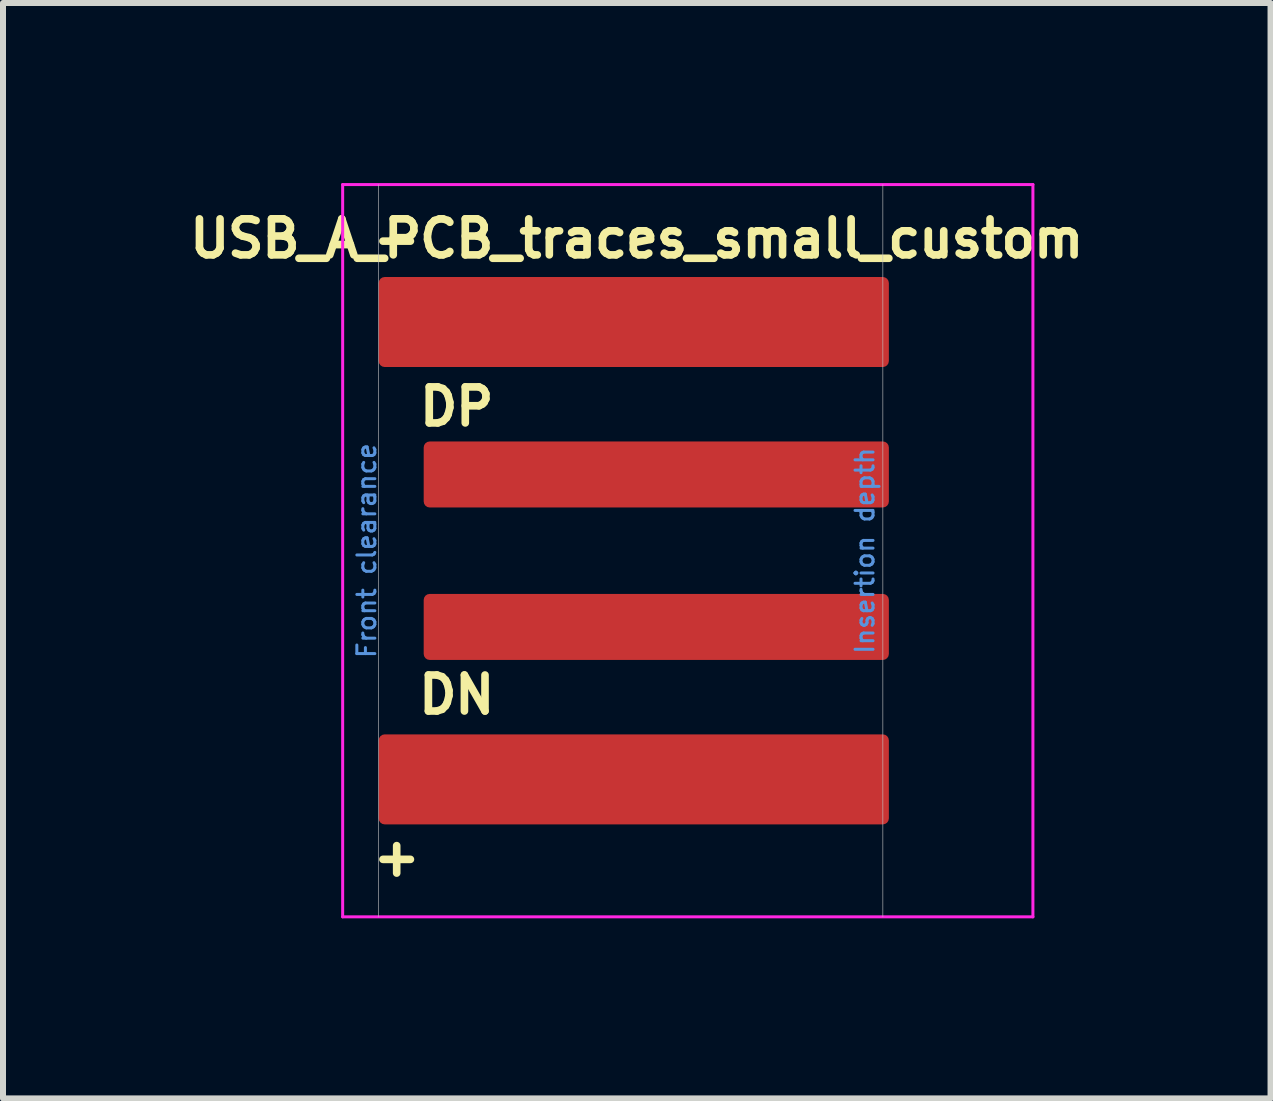
<source format=kicad_pcb>
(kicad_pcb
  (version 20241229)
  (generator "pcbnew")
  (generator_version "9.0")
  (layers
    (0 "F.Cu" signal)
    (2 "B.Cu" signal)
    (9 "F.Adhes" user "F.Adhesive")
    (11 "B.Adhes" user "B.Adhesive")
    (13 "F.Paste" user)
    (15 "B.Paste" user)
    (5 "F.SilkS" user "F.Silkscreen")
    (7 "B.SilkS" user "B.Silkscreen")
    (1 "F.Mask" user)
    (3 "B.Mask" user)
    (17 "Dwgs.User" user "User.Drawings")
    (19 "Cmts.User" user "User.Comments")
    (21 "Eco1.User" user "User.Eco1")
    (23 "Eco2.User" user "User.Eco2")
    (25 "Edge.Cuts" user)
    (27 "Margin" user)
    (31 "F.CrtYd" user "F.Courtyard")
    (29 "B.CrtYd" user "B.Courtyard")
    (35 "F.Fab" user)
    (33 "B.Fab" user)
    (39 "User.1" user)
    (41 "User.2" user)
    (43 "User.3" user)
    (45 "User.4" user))
  (footprint "USB_A_PCB_traces_small_custom"
    (layer "F.Cu")
    (at 2.659 6.125)
    (property "Reference" "USB_A_PCB_traces_small_custom" (at 4.9 -5.2 180) (layer "F.SilkS") (effects (font (size 0.6 0.6) (thickness 0.127))))
    (attr exclude_from_pos_files)
    (fp_line (start 0.6 -6.1) (end 0.6 6.1) (stroke (width 0.01) (type solid)) (layer "Dwgs.User"))
    (fp_line (start 9 -6.1) (end 9 6.1) (stroke (width 0.01) (type solid)) (layer "Dwgs.User"))
    (fp_line (start 0 -6.1) (end 0 6.1) (stroke (width 0.05) (type solid)) (layer "F.CrtYd"))
    (fp_line (start 0 -6.1) (end 11.5 -6.1) (stroke (width 0.05) (type solid)) (layer "F.CrtYd"))
    (fp_line (start 11.5 -6.1) (end 11.5 6.1) (stroke (width 0.05) (type solid)) (layer "F.CrtYd"))
    (fp_line (start 11.5 6.1) (end 0 6.1) (stroke (width 0.05) (type solid)) (layer "F.CrtYd"))
    (fp_text user "+" (at 0.9 5.1 0) (layer "F.SilkS") (effects (font (size 0.6 0.6) (thickness 0.127))))
    (fp_text user "-" (at 0.9 -5.2 0) (layer "F.SilkS") (effects (font (size 0.6 0.6) (thickness 0.127))))
    (fp_text user "DP" (at 1.9 -2.4 0) (layer "F.SilkS") (effects (font (size 0.6 0.6) (thickness 0.127))))
    (fp_text user "DN" (at 1.9 2.4 0) (layer "F.SilkS") (effects (font (size 0.6 0.6) (thickness 0.127))))
    (fp_text user "Front clearance" (at 0.4 0 270) (layer "Cmts.User") (effects (font (size 0.3 0.3) (thickness 0.05))))
    (fp_text user "Insertion depth" (at 8.7 0 270) (layer "Cmts.User") (effects (font (size 0.3 0.3) (thickness 0.05))))
    (pad "1" connect roundrect (at 4.85 3.81) (size 8.5 1.5) (layers "F.Cu" "F.Mask") (roundrect_rratio 0.067))
    (pad "2" connect roundrect (at 5.225 1.27) (size 7.75 1.1) (layers "F.Cu" "F.Mask") (roundrect_rratio 0.091))
    (pad "3" connect roundrect (at 5.225 -1.27) (size 7.75 1.1) (layers "F.Cu" "F.Mask") (roundrect_rratio 0.091))
    (pad "4" connect roundrect (at 4.85 -3.81) (size 8.5 1.5) (layers "F.Cu" "F.Mask") (roundrect_rratio 0.067)))
  (gr_rect
    (start -3 -3)
    (end 18.118 15.25)
    (stroke (width 0.1) (type default))
    (fill no)
    (layer "Edge.Cuts")))
</source>
